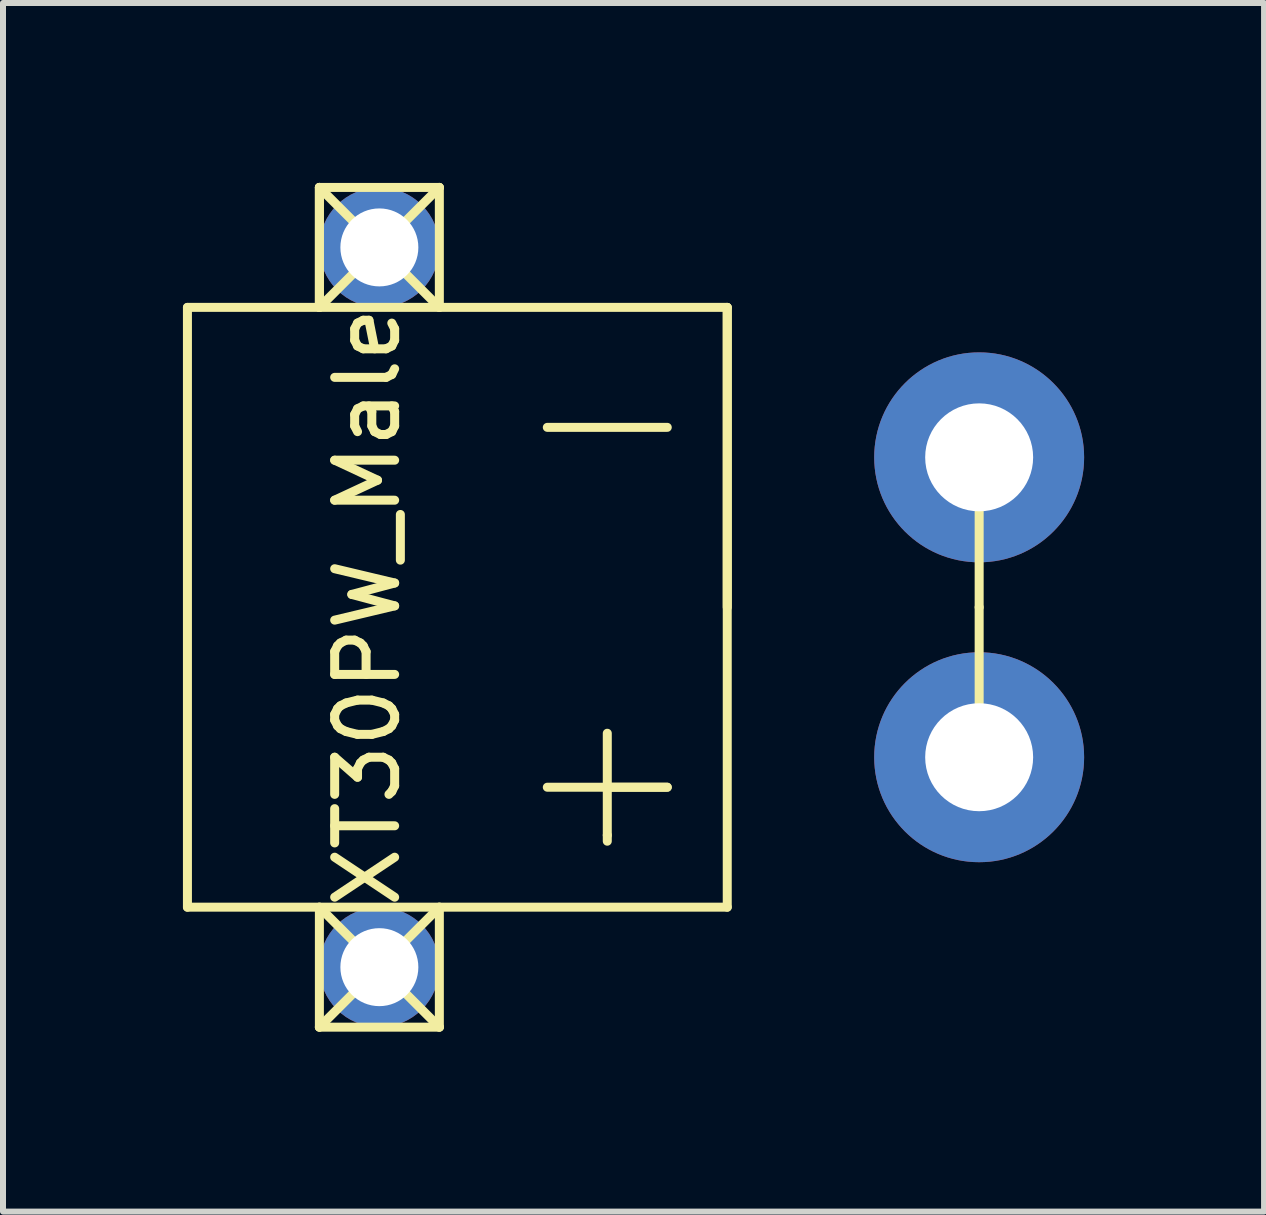
<source format=kicad_pcb>
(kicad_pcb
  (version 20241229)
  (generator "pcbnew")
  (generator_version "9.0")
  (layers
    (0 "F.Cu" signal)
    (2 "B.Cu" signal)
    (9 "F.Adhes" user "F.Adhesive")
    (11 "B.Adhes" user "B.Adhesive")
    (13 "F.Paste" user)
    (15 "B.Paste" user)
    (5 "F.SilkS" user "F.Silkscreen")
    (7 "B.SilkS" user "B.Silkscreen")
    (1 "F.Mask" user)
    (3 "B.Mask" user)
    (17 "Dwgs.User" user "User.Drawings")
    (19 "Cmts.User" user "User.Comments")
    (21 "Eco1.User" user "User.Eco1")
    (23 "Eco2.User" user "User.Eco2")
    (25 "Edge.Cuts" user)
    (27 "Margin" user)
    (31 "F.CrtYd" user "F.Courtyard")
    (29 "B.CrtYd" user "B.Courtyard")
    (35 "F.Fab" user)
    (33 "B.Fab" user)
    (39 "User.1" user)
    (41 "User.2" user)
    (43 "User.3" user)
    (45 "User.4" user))
  (footprint "XT30PW_Male"
    (layer "F.Cu")
    (at 6.075 7.075)
    (property "Reference" "XT30PW_Male" (at -3 0 90) (layer "F.SilkS") (effects (font (size 1 1) (thickness 0.15))))
    (attr through_hole)
    (fp_line (start -6 -5) (end -6 5) (stroke (width 0.15) (type solid)) (layer "F.SilkS"))
    (fp_line (start -6 5) (end 3 5) (stroke (width 0.15) (type solid)) (layer "F.SilkS"))
    (fp_line (start -3.8 -7) (end -1.8 -7) (stroke (width 0.15) (type solid)) (layer "F.SilkS"))
    (fp_line (start -3.8 -7) (end -1.8 -5) (stroke (width 0.15) (type solid)) (layer "F.SilkS"))
    (fp_line (start -3.8 -5) (end -3.8 -7) (stroke (width 0.15) (type solid)) (layer "F.SilkS"))
    (fp_line (start -3.8 -5) (end -3.8 -7) (stroke (width 0.15) (type solid)) (layer "F.SilkS"))
    (fp_line (start -3.8 5) (end -3.8 7) (stroke (width 0.15) (type solid)) (layer "F.SilkS"))
    (fp_line (start -3.8 5) (end -1.8 7) (stroke (width 0.15) (type solid)) (layer "F.SilkS"))
    (fp_line (start -3.8 7) (end -1.8 7) (stroke (width 0.15) (type solid)) (layer "F.SilkS"))
    (fp_line (start -1.8 -7) (end -3.8 -5) (stroke (width 0.15) (type solid)) (layer "F.SilkS"))
    (fp_line (start -1.8 -7) (end -1.8 -5) (stroke (width 0.15) (type solid)) (layer "F.SilkS"))
    (fp_line (start -1.8 5) (end -3.8 7) (stroke (width 0.15) (type solid)) (layer "F.SilkS"))
    (fp_line (start -1.8 7) (end -1.8 5) (stroke (width 0.15) (type solid)) (layer "F.SilkS"))
    (fp_line (start 1 2.1) (end 1 3.8) (stroke (width 0.15) (type solid)) (layer "F.SilkS"))
    (fp_line (start 1 3) (end 2 3) (stroke (width 0.15) (type solid)) (layer "F.SilkS"))
    (fp_line (start 1 3.9) (end 1 3.8) (stroke (width 0.15) (type solid)) (layer "F.SilkS"))
    (fp_line (start 2 -3) (end 0 -3) (stroke (width 0.15) (type solid)) (layer "F.SilkS"))
    (fp_line (start 2 3) (end 0 3) (stroke (width 0.15) (type solid)) (layer "F.SilkS"))
    (fp_line (start 3 -5) (end -6 -5) (stroke (width 0.15) (type solid)) (layer "F.SilkS"))
    (fp_line (start 3 -5) (end 3 5) (stroke (width 0.15) (type solid)) (layer "F.SilkS"))
    (fp_line (start 3 0) (end 3 -5) (stroke (width 0.15) (type solid)) (layer "F.SilkS"))
    (fp_line (start 7.2 0) (end 7.2 -2.5) (stroke (width 0.15) (type solid)) (layer "F.SilkS"))
    (fp_line (start 7.2 0) (end 7.2 2.5) (stroke (width 0.15) (type solid)) (layer "F.SilkS"))
    (pad "1" thru_hole circle (at 7.2 2.5) (size 3.5 3.5) (drill 1.8) (layers "*.Cu" "*.Mask"))
    (pad "2" thru_hole circle (at 7.2 -2.5) (size 3.5 3.5) (drill 1.8) (layers "*.Cu" "*.Mask"))
    (pad "CASE" thru_hole circle (at -2.8 -6) (size 2 2) (drill 1.3) (layers "*.Cu" "*.Mask"))
    (pad "CASE" thru_hole circle (at -2.8 6) (size 2 2) (drill 1.3) (layers "*.Cu" "*.Mask")))
  (gr_rect
    (start -3 -3)
    (end 18.025 17.15)
    (stroke (width 0.1) (type default))
    (fill no)
    (layer "Edge.Cuts")))
</source>
